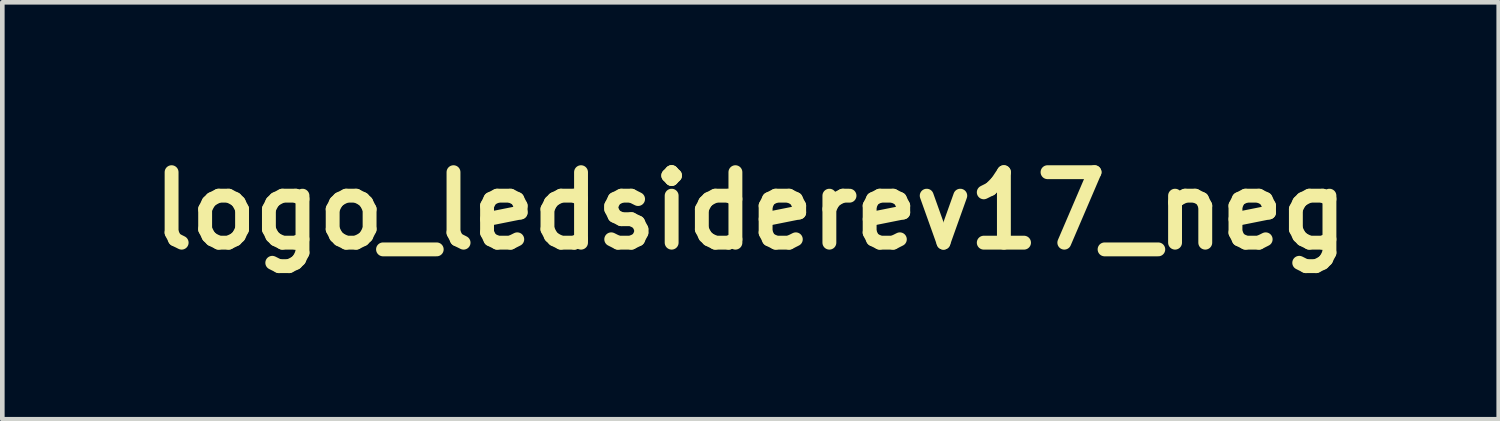
<source format=kicad_pcb>
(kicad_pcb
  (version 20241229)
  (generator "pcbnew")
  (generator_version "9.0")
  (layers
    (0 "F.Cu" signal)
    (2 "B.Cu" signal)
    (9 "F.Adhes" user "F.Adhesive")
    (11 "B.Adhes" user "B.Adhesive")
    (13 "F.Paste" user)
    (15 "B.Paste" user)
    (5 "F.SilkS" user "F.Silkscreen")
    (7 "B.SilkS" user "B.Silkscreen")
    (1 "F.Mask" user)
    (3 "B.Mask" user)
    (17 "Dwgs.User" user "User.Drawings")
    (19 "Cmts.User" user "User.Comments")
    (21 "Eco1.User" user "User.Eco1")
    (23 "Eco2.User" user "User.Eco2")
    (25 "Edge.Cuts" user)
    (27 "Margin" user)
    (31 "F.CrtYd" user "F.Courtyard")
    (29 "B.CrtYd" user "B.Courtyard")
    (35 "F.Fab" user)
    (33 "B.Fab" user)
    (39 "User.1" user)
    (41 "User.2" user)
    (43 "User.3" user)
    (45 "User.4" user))
  (footprint "logo_ledsiderev17_neg"
    (layer "F.Cu")
    (at 13.179 1.508)
    (property "Reference" "logo_ledsiderev17_neg" (at 0 0 0) (layer "F.SilkS") (effects (font (size 1.524 1.524) (thickness 0.3))))
    (attr through_hole)
    (fp_poly (pts (xy -8.396 -0.208) (xy -8.279 -0.205) (xy -8.196 -0.201) (xy -8.141 -0.195) (xy -8.106 -0.186) (xy -8.083 -0.173) (xy -8.064 -0.153) (xy -8.063 -0.151) (xy -8.029 -0.083) (xy -8.023 -0.004) (xy -8.042 0.069) (xy -8.068 0.105) (xy -8.087 0.12) (xy -8.111 0.131) (xy -8.145 0.139) (xy -8.197 0.144) (xy -8.273 0.147) (xy -8.378 0.148) (xy -8.513 0.148) (xy -8.911 0.148) (xy -8.911 0.052) (xy -8.898 -0.058) (xy -8.856 -0.137) (xy -8.787 -0.185) (xy -8.768 -0.191) (xy -8.71 -0.201) (xy -8.618 -0.207) (xy -8.5 -0.209) (xy -8.396 -0.208)) (stroke (width 0.01) (type solid)) (fill yes) (layer "F.Mask"))
    (fp_poly (pts (xy -0.268 -0.208) (xy -0.151 -0.205) (xy -0.068 -0.201) (xy -0.013 -0.195) (xy 0.022 -0.186) (xy 0.045 -0.173) (xy 0.064 -0.153) (xy 0.065 -0.151) (xy 0.099 -0.083) (xy 0.105 -0.004) (xy 0.086 0.069) (xy 0.06 0.105) (xy 0.041 0.12) (xy 0.017 0.131) (xy -0.017 0.139) (xy -0.069 0.144) (xy -0.145 0.147) (xy -0.25 0.148) (xy -0.385 0.148) (xy -0.783 0.148) (xy -0.783 0.052) (xy -0.77 -0.058) (xy -0.728 -0.137) (xy -0.659 -0.185) (xy -0.64 -0.191) (xy -0.582 -0.201) (xy -0.49 -0.207) (xy -0.372 -0.209) (xy -0.268 -0.208)) (stroke (width 0.01) (type solid)) (fill yes) (layer "F.Mask"))
    (fp_poly (pts (xy -6.14 0.109) (xy -6.142 0.277) (xy -6.15 0.407) (xy -6.167 0.504) (xy -6.198 0.574) (xy -6.246 0.621) (xy -6.315 0.649) (xy -6.408 0.664) (xy -6.53 0.671) (xy -6.579 0.672) (xy -6.697 0.674) (xy -6.783 0.672) (xy -6.845 0.666) (xy -6.893 0.654) (xy -6.934 0.638) (xy -7.003 0.595) (xy -7.052 0.536) (xy -7.082 0.455) (xy -7.098 0.344) (xy -7.101 0.233) (xy -7.096 0.104) (xy -7.079 0.007) (xy -7.045 -0.067) (xy -6.992 -0.128) (xy -6.957 -0.157) (xy -6.932 -0.173) (xy -6.903 -0.185) (xy -6.863 -0.193) (xy -6.804 -0.199) (xy -6.721 -0.203) (xy -6.607 -0.206) (xy -6.518 -0.208) (xy -6.138 -0.215) (xy -6.14 0.109)) (stroke (width 0.01) (type solid)) (fill yes) (layer "F.Mask"))
    (fp_poly (pts (xy -1.779 0.109) (xy -1.782 0.277) (xy -1.79 0.407) (xy -1.807 0.504) (xy -1.838 0.574) (xy -1.886 0.621) (xy -1.955 0.649) (xy -2.048 0.664) (xy -2.17 0.671) (xy -2.219 0.672) (xy -2.337 0.674) (xy -2.422 0.672) (xy -2.484 0.666) (xy -2.532 0.654) (xy -2.573 0.638) (xy -2.643 0.595) (xy -2.691 0.536) (xy -2.722 0.455) (xy -2.738 0.344) (xy -2.741 0.233) (xy -2.736 0.104) (xy -2.718 0.007) (xy -2.685 -0.067) (xy -2.632 -0.128) (xy -2.597 -0.157) (xy -2.572 -0.173) (xy -2.543 -0.185) (xy -2.502 -0.193) (xy -2.444 -0.199) (xy -2.361 -0.203) (xy -2.246 -0.206) (xy -2.158 -0.208) (xy -1.778 -0.215) (xy -1.779 0.109)) (stroke (width 0.01) (type solid)) (fill yes) (layer "F.Mask"))
    (fp_poly (pts (xy 11.282 1.503) (xy -11.261 1.503) (xy -11.261 -0.868) (xy -10.903 -0.868) (xy -10.897 -0.164) (xy -10.89 0.54) (xy -10.834 0.646) (xy -10.784 0.73) (xy -10.733 0.789) (xy -10.665 0.838) (xy -10.611 0.867) (xy -10.555 0.893) (xy -10.495 0.912) (xy -10.425 0.927) (xy -10.337 0.937) (xy -10.225 0.944) (xy -10.084 0.948) (xy -9.911 0.95) (xy -9.504 0.953) (xy -9.504 0.635) (xy -9.922 0.635) (xy -10.07 0.634) (xy -10.182 0.632) (xy -10.265 0.628) (xy -10.327 0.623) (xy -10.373 0.614) (xy -10.41 0.602) (xy -10.428 0.594) (xy -10.472 0.573) (xy -10.507 0.553) (xy -10.535 0.527) (xy -10.556 0.492) (xy -10.572 0.444) (xy -10.583 0.377) (xy -10.59 0.287) (xy -10.593 0.226) (xy -9.165 0.226) (xy -9.163 0.399) (xy -9.157 0.535) (xy -9.144 0.641) (xy -9.123 0.721) (xy -9.092 0.782) (xy -9.049 0.829) (xy -8.992 0.869) (xy -8.964 0.884) (xy -8.923 0.904) (xy -8.878 0.919) (xy -8.823 0.93) (xy -8.753 0.938) (xy -8.661 0.944) (xy -8.542 0.947) (xy -8.39 0.949) (xy -8.281 0.95) (xy -7.811 0.953) (xy -7.811 0.677) (xy -8.296 0.677) (xy -8.452 0.677) (xy -8.571 0.677) (xy -8.659 0.675) (xy -8.722 0.671) (xy -8.765 0.666) (xy -8.795 0.657) (xy -8.816 0.646) (xy -8.836 0.631) (xy -8.84 0.628) (xy -8.877 0.587) (xy -8.894 0.539) (xy -8.899 0.474) (xy -8.901 0.37) (xy -8.445 0.36) (xy -8.293 0.356) (xy -8.176 0.352) (xy -8.09 0.347) (xy -8.027 0.341) (xy -7.982 0.333) (xy -7.948 0.322) (xy -7.92 0.308) (xy -7.916 0.306) (xy -7.831 0.233) (xy -7.376 0.233) (xy -7.376 0.349) (xy -7.372 0.433) (xy -7.364 0.495) (xy -7.351 0.546) (xy -7.331 0.596) (xy -7.328 0.603) (xy -7.262 0.715) (xy -7.179 0.811) (xy -7.089 0.879) (xy -7.084 0.882) (xy -7.022 0.908) (xy -6.949 0.927) (xy -6.859 0.939) (xy -6.742 0.945) (xy -6.594 0.946) (xy -6.53 0.945) (xy -6.402 0.942) (xy -6.308 0.937) (xy -6.241 0.931) (xy -6.19 0.92) (xy -6.15 0.906) (xy -6.128 0.895) (xy -6.021 0.823) (xy -5.945 0.73) (xy -5.912 0.666) (xy -5.902 0.642) (xy -5.894 0.611) (xy -5.888 0.572) (xy -5.882 0.518) (xy -5.878 0.446) (xy -5.875 0.352) (xy -5.873 0.23) (xy -5.87 0.078) (xy -5.869 -0.043) (xy -5.443 -0.043) (xy -5.424 0.069) (xy -5.378 0.17) (xy -5.306 0.253) (xy -5.243 0.294) (xy -5.199 0.313) (xy -5.154 0.328) (xy -5.098 0.338) (xy -5.024 0.345) (xy -4.923 0.351) (xy -4.814 0.355) (xy -4.689 0.359) (xy -4.6 0.364) (xy -4.539 0.37) (xy -4.499 0.378) (xy -4.473 0.389) (xy -4.455 0.406) (xy -4.444 0.419) (xy -4.408 0.492) (xy -4.413 0.564) (xy -4.455 0.625) (xy -4.473 0.642) (xy -4.492 0.655) (xy -4.518 0.665) (xy -4.556 0.671) (xy -4.614 0.675) (xy -4.695 0.676) (xy -4.808 0.677) (xy -4.956 0.677) (xy -5.419 0.677) (xy -5.419 0.956) (xy -4.927 0.949) (xy -4.768 0.946) (xy -4.646 0.944) (xy -4.555 0.94) (xy -4.487 0.935) (xy -4.438 0.928) (xy -4.401 0.919) (xy -4.369 0.906) (xy -4.346 0.895) (xy -4.261 0.838) (xy -4.203 0.77) (xy -4.169 0.683) (xy -4.154 0.565) (xy -4.152 0.54) (xy -4.15 0.45) (xy -4.154 0.39) (xy -4.167 0.345) (xy -4.191 0.303) (xy -4.195 0.296) (xy -4.236 0.243) (xy -4.284 0.203) (xy -4.344 0.173) (xy -4.424 0.152) (xy -4.53 0.138) (xy -4.669 0.128) (xy -4.752 0.125) (xy -4.867 0.12) (xy -4.965 0.116) (xy -5.04 0.112) (xy -5.085 0.11) (xy -5.094 0.109) (xy -5.148 0.044) (xy -5.164 -0.039) (xy -5.162 -0.091) (xy -5.151 -0.132) (xy -5.128 -0.162) (xy -5.088 -0.184) (xy -5.025 -0.198) (xy -4.936 -0.206) (xy -4.814 -0.21) (xy -4.656 -0.212) (xy -4.616 -0.212) (xy -4.191 -0.212) (xy -4.191 -0.466) (xy -3.725 -0.466) (xy -3.725 0.953) (xy -3.45 0.953) (xy -3.45 0.233) (xy -3.016 0.233) (xy -3.015 0.349) (xy -3.012 0.433) (xy -3.004 0.495) (xy -2.991 0.546) (xy -2.971 0.596) (xy -2.968 0.603) (xy -2.902 0.715) (xy -2.819 0.811) (xy -2.729 0.879) (xy -2.724 0.882) (xy -2.662 0.908) (xy -2.589 0.927) (xy -2.498 0.939) (xy -2.382 0.945) (xy -2.233 0.946) (xy -2.17 0.945) (xy -2.042 0.942) (xy -1.948 0.937) (xy -1.88 0.931) (xy -1.83 0.92) (xy -1.789 0.906) (xy -1.767 0.895) (xy -1.661 0.823) (xy -1.584 0.73) (xy -1.551 0.666) (xy -1.542 0.642) (xy -1.534 0.611) (xy -1.527 0.572) (xy -1.522 0.518) (xy -1.518 0.446) (xy -1.515 0.352) (xy -1.512 0.23) (xy -1.512 0.226) (xy -1.037 0.226) (xy -1.035 0.399) (xy -1.029 0.535) (xy -1.016 0.641) (xy -0.995 0.721) (xy -0.964 0.782) (xy -0.921 0.829) (xy -0.864 0.869) (xy -0.836 0.884) (xy -0.795 0.904) (xy -0.75 0.919) (xy -0.695 0.93) (xy -0.625 0.938) (xy -0.533 0.944) (xy -0.414 0.947) (xy -0.262 0.949) (xy -0.153 0.95) (xy 0.318 0.953) (xy 0.318 0.677) (xy -0.168 0.677) (xy -0.324 0.677) (xy -0.443 0.677) (xy -0.531 0.675) (xy -0.594 0.671) (xy -0.637 0.666) (xy -0.667 0.657) (xy -0.688 0.646) (xy -0.708 0.631) (xy -0.712 0.628) (xy -0.749 0.587) (xy -0.766 0.539) (xy -0.771 0.474) (xy -0.773 0.37) (xy -0.318 0.36) (xy -0.165 0.356) (xy -0.048 0.352) (xy 0.038 0.347) (xy 0.101 0.341) (xy 0.146 0.333) (xy 0.18 0.322) (xy 0.208 0.308) (xy 0.212 0.306) (xy 0.299 0.231) (xy 0.355 0.128) (xy 0.38 -0.001) (xy 0.381 -0.038) (xy 0.37 -0.167) (xy 0.336 -0.268) (xy 0.275 -0.35) (xy 0.262 -0.362) (xy 0.219 -0.397) (xy 0.173 -0.423) (xy 0.116 -0.441) (xy 0.043 -0.454) (xy -0.054 -0.461) (xy -0.181 -0.465) (xy -0.329 -0.466) (xy -0.466 -0.465) (xy -0.568 -0.464) (xy -0.643 -0.461) (xy -0.697 -0.456) (xy -0.739 -0.446) (xy -0.776 -0.433) (xy -0.815 -0.413) (xy -0.827 -0.407) (xy -0.91 -0.355) (xy -0.966 -0.293) (xy -0.988 -0.256) (xy -1.005 -0.22) (xy -1.018 -0.185) (xy -1.027 -0.143) (xy -1.033 -0.087) (xy -1.036 -0.009) (xy -1.037 0.097) (xy -1.037 0.226) (xy -1.512 0.226) (xy -1.51 0.078) (xy -1.508 -0.109) (xy -1.507 -0.259) (xy -1.502 -0.868) (xy 1.609 -0.868) (xy 1.609 -0.572) (xy 2.101 -0.572) (xy 2.28 -0.571) (xy 2.421 -0.568) (xy 2.531 -0.563) (xy 2.615 -0.555) (xy 2.678 -0.543) (xy 2.725 -0.526) (xy 2.762 -0.505) (xy 2.786 -0.484) (xy 2.834 -0.413) (xy 2.851 -0.326) (xy 2.84 -0.234) (xy 2.801 -0.152) (xy 2.758 -0.106) (xy 2.736 -0.091) (xy 2.71 -0.081) (xy 2.673 -0.073) (xy 2.619 -0.068) (xy 2.542 -0.065) (xy 2.435 -0.063) (xy 2.293 -0.063) (xy 2.288 -0.063) (xy 2.115 -0.062) (xy 1.979 -0.058) (xy 1.874 -0.051) (xy 1.796 -0.04) (xy 1.738 -0.025) (xy 1.695 -0.003) (xy 1.663 0.025) (xy 1.656 0.032) (xy 1.64 0.052) (xy 1.628 0.075) (xy 1.62 0.105) (xy 1.614 0.151) (xy 1.611 0.217) (xy 1.609 0.309) (xy 1.609 0.435) (xy 1.609 0.52) (xy 1.609 0.953) (xy 1.905 0.953) (xy 1.905 0.616) (xy 1.906 0.482) (xy 1.909 0.384) (xy 1.914 0.318) (xy 1.922 0.277) (xy 1.934 0.257) (xy 1.934 0.256) (xy 1.974 0.244) (xy 2.054 0.237) (xy 2.175 0.237) (xy 2.203 0.237) (xy 2.442 0.243) (xy 2.652 0.598) (xy 2.862 0.953) (xy 3.197 0.953) (xy 3.165 0.89) (xy 3.143 0.85) (xy 3.104 0.782) (xy 3.053 0.693) (xy 2.995 0.592) (xy 2.963 0.538) (xy 2.907 0.442) (xy 3.521 0.442) (xy 3.531 0.564) (xy 3.57 0.679) (xy 3.637 0.779) (xy 3.731 0.854) (xy 3.753 0.866) (xy 3.808 0.89) (xy 3.863 0.909) (xy 3.926 0.924) (xy 4.002 0.934) (xy 4.097 0.942) (xy 4.216 0.946) (xy 4.367 0.949) (xy 4.535 0.95) (xy 5.038 0.953) (xy 5.038 0.635) (xy 4.529 0.635) (xy 4.36 0.635) (xy 4.229 0.633) (xy 4.13 0.63) (xy 4.058 0.625) (xy 4.007 0.618) (xy 3.972 0.609) (xy 3.958 0.603) (xy 3.896 0.558) (xy 3.862 0.495) (xy 3.852 0.405) (xy 3.852 0.402) (xy 3.856 0.338) (xy 3.868 0.287) (xy 3.894 0.248) (xy 3.937 0.218) (xy 4.002 0.197) (xy 4.092 0.183) (xy 4.213 0.174) (xy 4.368 0.17) (xy 4.551 0.169) (xy 5.038 0.169) (xy 5.038 -0.106) (xy 4.54 -0.106) (xy 4.361 -0.106) (xy 4.219 -0.109) (xy 4.11 -0.114) (xy 4.029 -0.123) (xy 3.97 -0.137) (xy 3.929 -0.156) (xy 3.901 -0.182) (xy 3.881 -0.215) (xy 3.874 -0.231) (xy 3.857 -0.313) (xy 3.866 -0.4) (xy 3.897 -0.474) (xy 3.913 -0.493) (xy 3.943 -0.516) (xy 3.985 -0.535) (xy 4.044 -0.548) (xy 4.125 -0.558) (xy 4.232 -0.565) (xy 4.371 -0.569) (xy 4.546 -0.57) (xy 4.588 -0.571) (xy 5.038 -0.572) (xy 5.038 -0.843) (xy 5.382 -0.843) (xy 5.386 -0.832) (xy 5.396 -0.804) (xy 5.42 -0.741) (xy 5.455 -0.648) (xy 5.5 -0.529) (xy 5.553 -0.389) (xy 5.612 -0.233) (xy 5.675 -0.066) (xy 5.676 -0.064) (xy 5.758 0.154) (xy 5.826 0.336) (xy 5.883 0.484) (xy 5.93 0.604) (xy 5.969 0.698) (xy 6 0.77) (xy 6.027 0.823) (xy 6.05 0.861) (xy 6.071 0.887) (xy 6.092 0.905) (xy 6.114 0.918) (xy 6.14 0.93) (xy 6.143 0.932) (xy 6.255 0.964) (xy 6.38 0.973) (xy 6.501 0.957) (xy 6.571 0.932) (xy 6.634 0.891) (xy 6.685 0.842) (xy 6.694 0.828) (xy 6.708 0.798) (xy 6.736 0.734) (xy 6.775 0.641) (xy 6.823 0.524) (xy 6.878 0.388) (xy 6.938 0.24) (xy 7.002 0.083) (xy 7.066 -0.076) (xy 7.128 -0.233) (xy 7.188 -0.383) (xy 7.242 -0.519) (xy 7.264 -0.577) (xy 8.361 -0.577) (xy 8.48 -0.567) (xy 8.566 -0.554) (xy 8.617 -0.53) (xy 8.629 -0.518) (xy 8.637 -0.499) (xy 8.643 -0.463) (xy 8.648 -0.406) (xy 8.652 -0.325) (xy 8.655 -0.215) (xy 8.656 -0.074) (xy 8.657 0.104) (xy 8.657 0.237) (xy 8.657 0.953) (xy 8.978 0.953) (xy 8.971 0.164) (xy 8.969 -0.041) (xy 8.967 -0.209) (xy 8.965 -0.343) (xy 8.962 -0.448) (xy 8.958 -0.528) (xy 8.955 -0.572) (xy 9.335 -0.572) (xy 9.89 -0.571) (xy 10.074 -0.571) (xy 10.221 -0.569) (xy 10.333 -0.565) (xy 10.417 -0.559) (xy 10.477 -0.548) (xy 10.516 -0.533) (xy 10.539 -0.512) (xy 10.551 -0.486) (xy 10.557 -0.451) (xy 10.557 -0.444) (xy 10.557 -0.422) (xy 10.55 -0.395) (xy 10.535 -0.362) (xy 10.51 -0.317) (xy 10.471 -0.257) (xy 10.417 -0.178) (xy 10.344 -0.078) (xy 10.252 0.049) (xy 10.137 0.205) (xy 10.116 0.233) (xy 10.011 0.375) (xy 9.912 0.509) (xy 9.823 0.63) (xy 9.746 0.733) (xy 9.686 0.815) (xy 9.645 0.871) (xy 9.628 0.894) (xy 9.586 0.953) (xy 9.98 0.95) (xy 10.382 0.4) (xy 10.511 0.224) (xy 10.616 0.077) (xy 10.701 -0.043) (xy 10.767 -0.141) (xy 10.817 -0.222) (xy 10.852 -0.288) (xy 10.876 -0.344) (xy 10.891 -0.393) (xy 10.898 -0.441) (xy 10.9 -0.49) (xy 10.9 -0.5) (xy 10.886 -0.622) (xy 10.841 -0.718) (xy 10.762 -0.794) (xy 10.731 -0.814) (xy 10.709 -0.826) (xy 10.683 -0.836) (xy 10.649 -0.843) (xy 10.603 -0.849) (xy 10.539 -0.854) (xy 10.452 -0.857) (xy 10.338 -0.86) (xy 10.192 -0.862) (xy 10.009 -0.864) (xy 9.996 -0.864) (xy 9.335 -0.87) (xy 9.335 -0.572) (xy 8.955 -0.572) (xy 8.953 -0.588) (xy 8.947 -0.633) (xy 8.94 -0.665) (xy 8.931 -0.691) (xy 8.924 -0.705) (xy 8.883 -0.767) (xy 8.829 -0.812) (xy 8.753 -0.841) (xy 8.647 -0.857) (xy 8.557 -0.864) (xy 8.361 -0.873) (xy 8.361 -0.577) (xy 7.264 -0.577) (xy 7.288 -0.638) (xy 7.325 -0.733) (xy 7.35 -0.799) (xy 7.361 -0.831) (xy 7.361 -0.849) (xy 7.346 -0.86) (xy 7.307 -0.866) (xy 7.236 -0.868) (xy 7.203 -0.868) (xy 7.035 -0.868) (xy 6.754 -0.153) (xy 6.688 0.012) (xy 6.626 0.167) (xy 6.57 0.306) (xy 6.522 0.425) (xy 6.483 0.518) (xy 6.456 0.581) (xy 6.442 0.609) (xy 6.4 0.645) (xy 6.346 0.655) (xy 6.298 0.637) (xy 6.291 0.629) (xy 6.278 0.604) (xy 6.253 0.544) (xy 6.217 0.453) (xy 6.171 0.336) (xy 6.117 0.198) (xy 6.058 0.043) (xy 5.995 -0.124) (xy 5.994 -0.127) (xy 5.719 -0.857) (xy 5.545 -0.863) (xy 5.46 -0.866) (xy 5.409 -0.864) (xy 5.386 -0.857) (xy 5.382 -0.843) (xy 5.038 -0.843) (xy 5.038 -0.87) (xy 4.471 -0.864) (xy 4.302 -0.862) (xy 4.169 -0.86) (xy 4.067 -0.857) (xy 3.99 -0.853) (xy 3.932 -0.848) (xy 3.888 -0.84) (xy 3.852 -0.83) (xy 3.818 -0.816) (xy 3.785 -0.801) (xy 3.677 -0.736) (xy 3.603 -0.655) (xy 3.558 -0.552) (xy 3.539 -0.419) (xy 3.538 -0.41) (xy 3.545 -0.262) (xy 3.583 -0.143) (xy 3.651 -0.053) (xy 3.696 -0.02) (xy 3.769 0.025) (xy 3.673 0.11) (xy 3.591 0.207) (xy 3.541 0.32) (xy 3.521 0.442) (xy 2.907 0.442) (xy 2.905 0.439) (xy 2.856 0.352) (xy 2.819 0.284) (xy 2.798 0.242) (xy 2.794 0.232) (xy 2.811 0.212) (xy 2.834 0.202) (xy 2.875 0.182) (xy 2.932 0.147) (xy 2.959 0.128) (xy 3.051 0.037) (xy 3.115 -0.078) (xy 3.153 -0.209) (xy 3.162 -0.346) (xy 3.143 -0.481) (xy 3.096 -0.606) (xy 3.021 -0.711) (xy 2.988 -0.741) (xy 2.941 -0.777) (xy 2.893 -0.805) (xy 2.837 -0.827) (xy 2.769 -0.843) (xy 2.684 -0.855) (xy 2.575 -0.862) (xy 2.437 -0.866) (xy 2.266 -0.868) (xy 2.155 -0.868) (xy 1.609 -0.868) (xy -1.502 -0.868) (xy -1.501 -1.101) (xy -1.778 -1.101) (xy -1.778 -0.466) (xy -2.166 -0.466) (xy -2.332 -0.464) (xy -2.463 -0.459) (xy -2.565 -0.449) (xy -2.646 -0.433) (xy -2.712 -0.409) (xy -2.77 -0.375) (xy -2.828 -0.331) (xy -2.831 -0.328) (xy -2.891 -0.263) (xy -2.946 -0.181) (xy -2.965 -0.144) (xy -2.987 -0.091) (xy -3.002 -0.039) (xy -3.01 0.021) (xy -3.015 0.101) (xy -3.016 0.211) (xy -3.016 0.233) (xy -3.45 0.233) (xy -3.45 -0.466) (xy -3.725 -0.466) (xy -4.191 -0.466) (xy -4.673 -0.466) (xy -4.829 -0.465) (xy -4.949 -0.465) (xy -5.039 -0.462) (xy -5.106 -0.458) (xy -5.154 -0.452) (xy -5.192 -0.443) (xy -5.224 -0.431) (xy -5.25 -0.418) (xy -5.339 -0.352) (xy -5.4 -0.261) (xy -5.435 -0.155) (xy -5.443 -0.043) (xy -5.869 -0.043) (xy -5.869 -0.109) (xy -5.867 -0.259) (xy -5.862 -1.016) (xy -3.725 -1.016) (xy -3.725 -0.699) (xy -3.45 -0.699) (xy -3.45 -1.016) (xy -3.725 -1.016) (xy -5.862 -1.016) (xy -5.861 -1.101) (xy -6.138 -1.101) (xy -6.138 -0.466) (xy -6.526 -0.466) (xy -6.692 -0.464) (xy -6.823 -0.459) (xy -6.926 -0.449) (xy -7.006 -0.433) (xy -7.072 -0.409) (xy -7.131 -0.375) (xy -7.188 -0.331) (xy -7.191 -0.328) (xy -7.251 -0.263) (xy -7.307 -0.181) (xy -7.326 -0.144) (xy -7.347 -0.091) (xy -7.362 -0.039) (xy -7.371 0.021) (xy -7.375 0.101) (xy -7.376 0.211) (xy -7.376 0.233) (xy -7.831 0.233) (xy -7.829 0.231) (xy -7.773 0.128) (xy -7.748 -0.001) (xy -7.747 -0.038) (xy -7.758 -0.167) (xy -7.792 -0.268) (xy -7.853 -0.35) (xy -7.866 -0.362) (xy -7.909 -0.397) (xy -7.955 -0.423) (xy -8.012 -0.441) (xy -8.085 -0.454) (xy -8.182 -0.461) (xy -8.309 -0.465) (xy -8.457 -0.466) (xy -8.594 -0.465) (xy -8.696 -0.464) (xy -8.771 -0.461) (xy -8.825 -0.456) (xy -8.867 -0.446) (xy -8.904 -0.433) (xy -8.943 -0.413) (xy -8.955 -0.407) (xy -9.038 -0.355) (xy -9.094 -0.293) (xy -9.116 -0.256) (xy -9.133 -0.22) (xy -9.146 -0.185) (xy -9.155 -0.143) (xy -9.161 -0.087) (xy -9.164 -0.009) (xy -9.165 0.097) (xy -9.165 0.226) (xy -10.593 0.226) (xy -10.595 0.169) (xy -10.598 0.019) (xy -10.6 -0.167) (xy -10.601 -0.216) (xy -10.608 -0.868) (xy -10.903 -0.868) (xy -11.261 -0.868) (xy -11.261 -1.503) (xy 11.282 -1.503) (xy 11.282 1.503)) (stroke (width 0.01) (type solid)) (fill yes) (layer "F.Mask")))
  (gr_rect
    (start -3 -3)
    (end 29.358 6.016)
    (stroke (width 0.1) (type default))
    (fill no)
    (layer "Edge.Cuts")))
</source>
